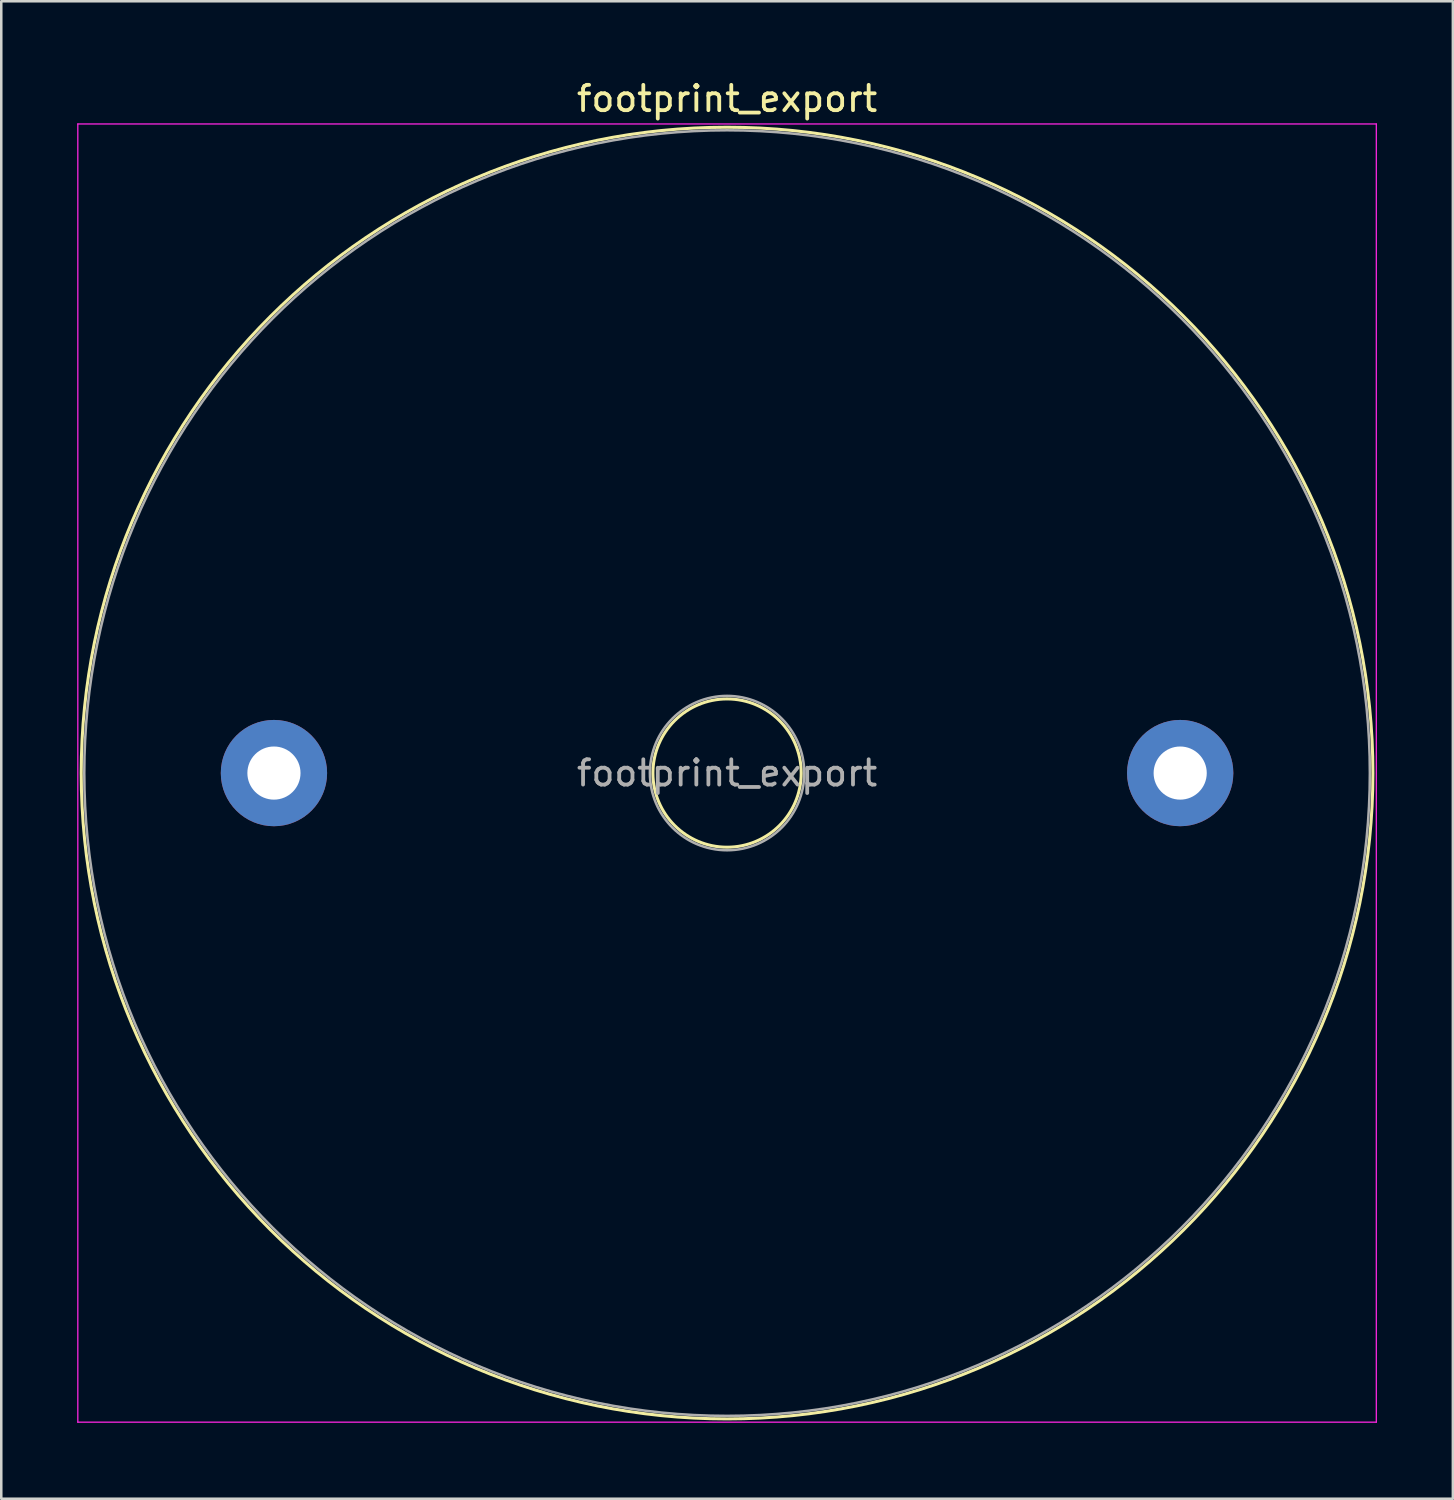
<source format=kicad_pcb>
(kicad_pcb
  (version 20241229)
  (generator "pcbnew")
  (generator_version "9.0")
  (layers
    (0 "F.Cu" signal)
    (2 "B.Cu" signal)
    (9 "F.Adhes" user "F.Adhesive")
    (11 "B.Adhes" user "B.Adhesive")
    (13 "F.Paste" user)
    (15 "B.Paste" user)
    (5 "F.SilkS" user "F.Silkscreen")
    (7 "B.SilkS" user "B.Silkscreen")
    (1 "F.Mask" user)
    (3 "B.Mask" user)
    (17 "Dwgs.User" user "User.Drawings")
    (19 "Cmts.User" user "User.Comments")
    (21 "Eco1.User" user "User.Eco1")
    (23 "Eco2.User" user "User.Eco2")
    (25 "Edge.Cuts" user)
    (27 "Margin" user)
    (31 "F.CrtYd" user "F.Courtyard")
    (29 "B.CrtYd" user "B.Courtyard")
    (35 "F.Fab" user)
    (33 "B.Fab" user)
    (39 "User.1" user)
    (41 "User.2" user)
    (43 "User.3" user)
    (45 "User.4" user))
  (footprint "footprint_export"
    (layer "F.Cu")
    (at 7.775 27.498)
    (property "Reference" "footprint_export" (at 17.905 -26.65 0) (layer "F.SilkS") (effects (font (size 1 1) (thickness 0.15))))
    (attr through_hole)
    (fp_circle (center 17.905 0) (end 20.835 0) (stroke (width 0.12) (type solid)) (fill no) (layer "F.SilkS"))
    (fp_circle (center 17.905 0) (end 43.425 0) (stroke (width 0.12) (type solid)) (fill no) (layer "F.SilkS"))
    (fp_line (start -7.75 -25.65) (end -7.75 25.65) (stroke (width 0.05) (type solid)) (layer "F.CrtYd"))
    (fp_line (start -7.75 25.65) (end 43.56 25.65) (stroke (width 0.05) (type solid)) (layer "F.CrtYd"))
    (fp_line (start 43.56 -25.65) (end -7.75 -25.65) (stroke (width 0.05) (type solid)) (layer "F.CrtYd"))
    (fp_line (start 43.56 25.65) (end 43.56 -25.65) (stroke (width 0.05) (type solid)) (layer "F.CrtYd"))
    (fp_circle (center 17.905 0) (end 20.955 0) (stroke (width 0.1) (type solid)) (fill no) (layer "F.Fab"))
    (fp_circle (center 17.905 0) (end 43.305 0) (stroke (width 0.1) (type solid)) (fill no) (layer "F.Fab"))
    (fp_text user "${REFERENCE}" (at 17.905 0 0) (layer "F.Fab") (effects (font (size 1 1) (thickness 0.15))))
    (pad "1" thru_hole circle (at 0 0) (size 4.2 4.2) (drill 2.1) (layers "*.Cu" "*.Mask"))
    (pad "2" thru_hole circle (at 35.81 0) (size 4.2 4.2) (drill 2.1) (layers "*.Cu" "*.Mask")))
  (gr_rect
    (start -3 -3)
    (end 54.36 56.173)
    (stroke (width 0.1) (type default))
    (fill no)
    (layer "Edge.Cuts")))
</source>
